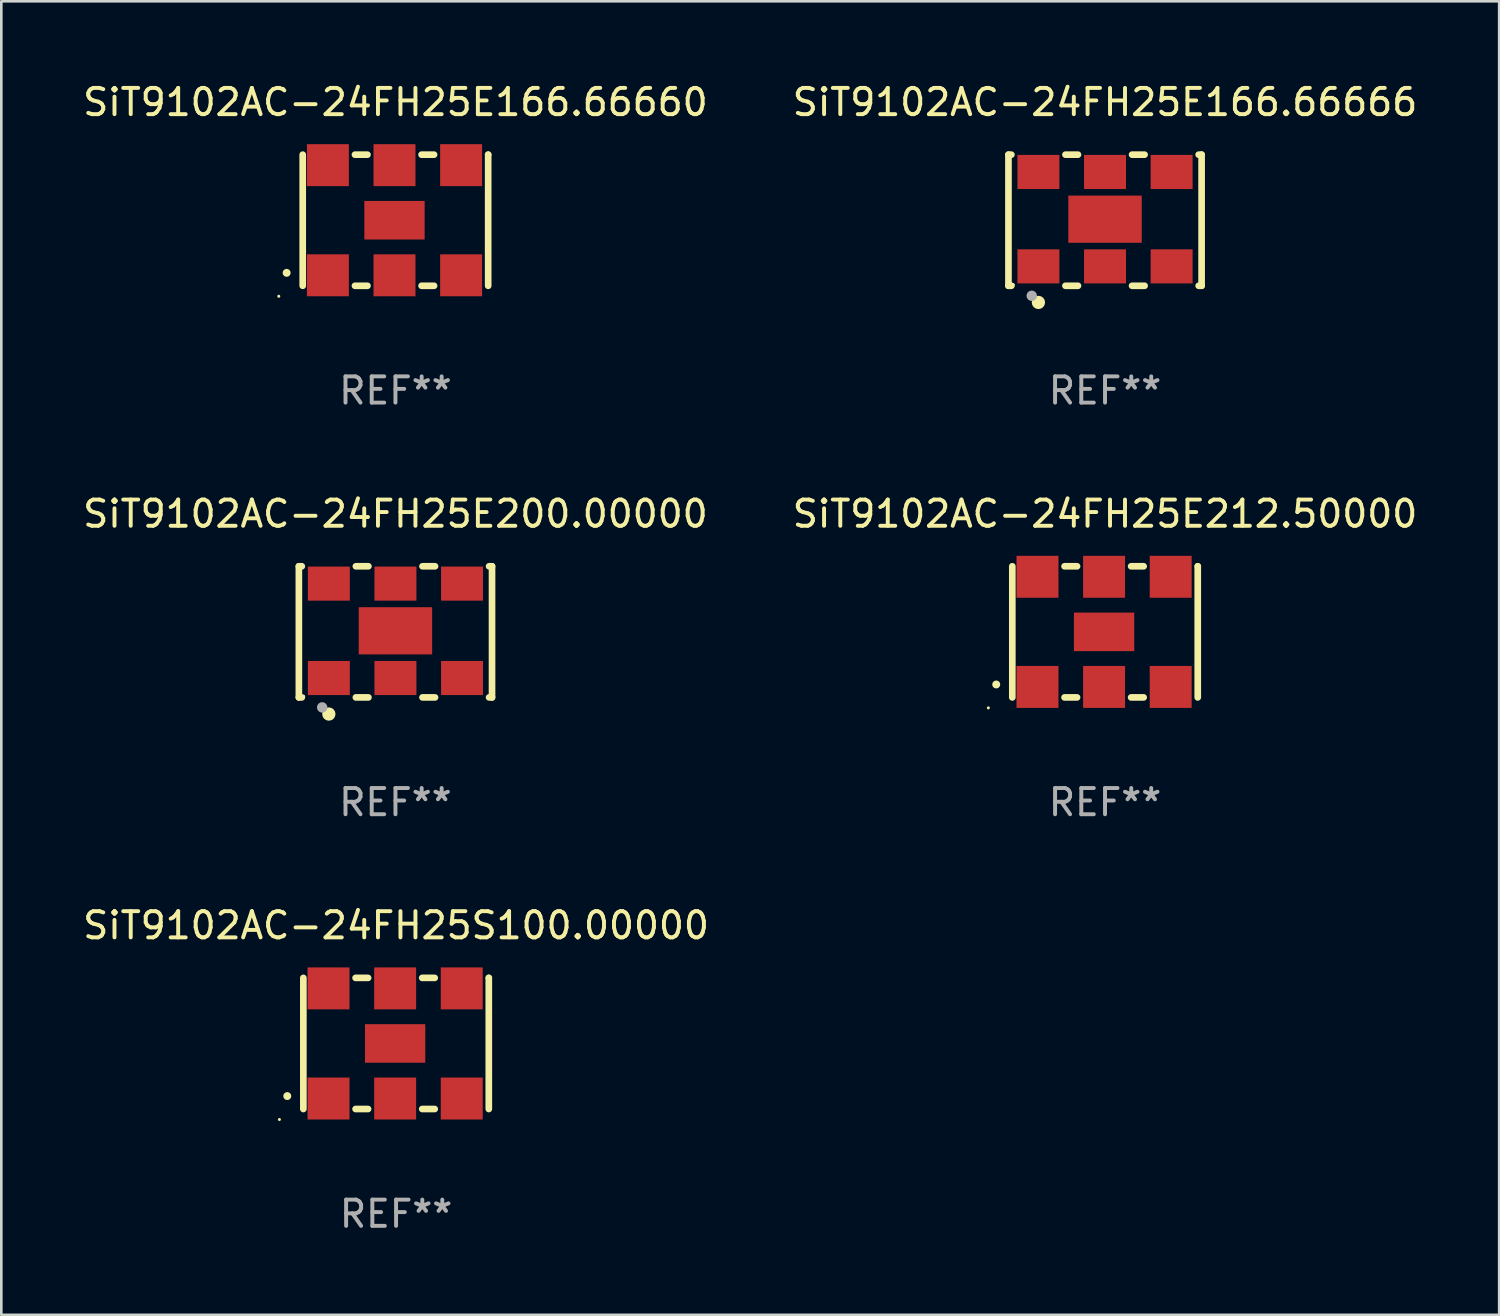
<source format=kicad_pcb>
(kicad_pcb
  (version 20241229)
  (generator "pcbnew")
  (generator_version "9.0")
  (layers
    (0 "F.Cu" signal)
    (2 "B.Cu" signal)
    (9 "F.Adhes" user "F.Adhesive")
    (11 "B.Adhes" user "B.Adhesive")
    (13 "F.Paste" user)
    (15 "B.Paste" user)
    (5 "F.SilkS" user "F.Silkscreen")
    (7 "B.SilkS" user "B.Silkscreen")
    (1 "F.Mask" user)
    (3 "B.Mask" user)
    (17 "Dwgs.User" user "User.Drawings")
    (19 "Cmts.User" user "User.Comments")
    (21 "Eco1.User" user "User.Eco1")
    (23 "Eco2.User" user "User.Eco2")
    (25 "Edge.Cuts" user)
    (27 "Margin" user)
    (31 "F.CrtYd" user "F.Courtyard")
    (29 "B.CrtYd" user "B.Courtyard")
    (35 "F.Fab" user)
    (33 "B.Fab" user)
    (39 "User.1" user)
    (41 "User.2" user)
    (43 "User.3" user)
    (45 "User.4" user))
  (footprint "SiT9102AC-24FH25E166.66660"
    (layer "F.Cu")
    (at 12.03 5.348)
    (property "Reference" "SiT9102AC-24FH25E166.66660" (at 0 -4.5 0) (layer "F.SilkS") (effects (font (size 1 1) (thickness 0.15))))
    (attr through_hole)
    (fp_line (start -3.536 -2.5) (end -3.536 2.5) (stroke (width 0.254) (type solid)) (layer "F.SilkS"))
    (fp_line (start -1.544 2.5) (end -1.067 2.5) (stroke (width 0.254) (type solid)) (layer "F.SilkS"))
    (fp_line (start -1.067 -2.5) (end -1.544 -2.5) (stroke (width 0.254) (type solid)) (layer "F.SilkS"))
    (fp_line (start 0.996 2.5) (end 1.473 2.5) (stroke (width 0.254) (type solid)) (layer "F.SilkS"))
    (fp_line (start 1.473 -2.5) (end 0.996 -2.5) (stroke (width 0.254) (type solid)) (layer "F.SilkS"))
    (fp_line (start 3.536 -2.5) (end 3.536 -2.5) (stroke (width 0.254) (type solid)) (layer "F.SilkS"))
    (fp_line (start 3.536 2.5) (end 3.536 -2.5) (stroke (width 0.254) (type solid)) (layer "F.SilkS"))
    (fp_arc (start -4.150432 2.006604) (mid -4.149162 2.006599) (end -4.147892 2.006604) (stroke (width 0.3) (type solid)) (layer "F.SilkS"))
    (fp_circle (center -4.449 2.9) (end -4.419 2.9) (stroke (width 0.06) (type solid)) (fill no) (layer "F.SilkS"))
    (fp_text user "REF**" (at 0 6.5 0) (layer "F.Fab") (effects (font (size 1 1) (thickness 0.15))))
    (pad "1" smd rect (at -2.576 2.1) (size 1.6 1.6) (layers "F.Cu" "F.Mask" "F.Paste"))
    (pad "2" smd rect (at -0.036 2.1) (size 1.6 1.6) (layers "F.Cu" "F.Mask" "F.Paste"))
    (pad "3" smd rect (at 2.504 2.1) (size 1.6 1.6) (layers "F.Cu" "F.Mask" "F.Paste"))
    (pad "4" smd rect (at 2.504 -2.1) (size 1.6 1.6) (layers "F.Cu" "F.Mask" "F.Paste"))
    (pad "5" smd rect (at -0.036 -2.1) (size 1.6 1.6) (layers "F.Cu" "F.Mask" "F.Paste"))
    (pad "6" smd rect (at -2.576 -2.1) (size 1.6 1.6) (layers "F.Cu" "F.Mask" "F.Paste"))
    (pad "7" smd rect (at -0.036 0) (size 2.3 1.47) (layers "F.Cu" "F.Mask" "F.Paste")))
  (footprint "SiT9102AC-24FH25E200.00000"
    (layer "F.Cu")
    (at 12.03 21.045)
    (property "Reference" "SiT9102AC-24FH25E200.00000" (at 0 -4.5 0) (layer "F.SilkS") (effects (font (size 1 1) (thickness 0.15))))
    (attr through_hole)
    (fp_line (start -3.683 -2.5) (end -3.571 -2.5) (stroke (width 0.254) (type solid)) (layer "F.SilkS"))
    (fp_line (start -3.683 2.5) (end -3.683 -2.5) (stroke (width 0.254) (type solid)) (layer "F.SilkS"))
    (fp_line (start -3.683 2.5) (end -3.571 2.5) (stroke (width 0.254) (type solid)) (layer "F.SilkS"))
    (fp_line (start -1.509 -2.5) (end -1.031 -2.5) (stroke (width 0.254) (type solid)) (layer "F.SilkS"))
    (fp_line (start -1.509 2.5) (end -1.031 2.5) (stroke (width 0.254) (type solid)) (layer "F.SilkS"))
    (fp_line (start 1.031 -2.5) (end 1.509 -2.5) (stroke (width 0.254) (type solid)) (layer "F.SilkS"))
    (fp_line (start 1.031 2.5) (end 1.509 2.5) (stroke (width 0.254) (type solid)) (layer "F.SilkS"))
    (fp_line (start 3.571 -2.5) (end 3.683 -2.5) (stroke (width 0.254) (type solid)) (layer "F.SilkS"))
    (fp_line (start 3.571 2.5) (end 3.683 2.5) (stroke (width 0.254) (type solid)) (layer "F.SilkS"))
    (fp_line (start 3.683 2.5) (end 3.683 -2.5) (stroke (width 0.254) (type solid)) (layer "F.SilkS"))
    (fp_circle (center -3.5 2.46) (end -3.47 2.46) (stroke (width 0.06) (type solid)) (fill no) (layer "F.SilkS"))
    (fp_circle (center -2.54 3.135) (end -2.413 3.135) (stroke (width 0.254) (type solid)) (fill no) (layer "F.SilkS"))
    (fp_circle (center -2.794 2.881) (end -2.694 2.881) (stroke (width 0.2) (type solid)) (fill no) (layer "F.Fab"))
    (fp_text user "REF**" (at 0 6.5 0) (layer "F.Fab") (effects (font (size 1 1) (thickness 0.15))))
    (pad "1" smd rect (at -2.54 1.76) (size 1.6 1.3) (layers "F.Cu" "F.Mask" "F.Paste"))
    (pad "2" smd rect (at 0 1.76) (size 1.6 1.3) (layers "F.Cu" "F.Mask" "F.Paste"))
    (pad "3" smd rect (at 2.54 1.76) (size 1.6 1.3) (layers "F.Cu" "F.Mask" "F.Paste"))
    (pad "4" smd rect (at 2.54 -1.84) (size 1.6 1.3) (layers "F.Cu" "F.Mask" "F.Paste"))
    (pad "5" smd rect (at 0 -1.84) (size 1.6 1.3) (layers "F.Cu" "F.Mask" "F.Paste"))
    (pad "6" smd rect (at -2.54 -1.84) (size 1.6 1.3) (layers "F.Cu" "F.Mask" "F.Paste"))
    (pad "7" smd rect (at 0 -0.04) (size 2.8 1.8) (layers "F.Cu" "F.Mask" "F.Paste")))
  (footprint "SiT9102AC-24FH25E166.66666"
    (layer "F.Cu")
    (at 39.089 5.348)
    (property "Reference" "SiT9102AC-24FH25E166.66666" (at 0 -4.5 0) (layer "F.SilkS") (effects (font (size 1 1) (thickness 0.15))))
    (attr through_hole)
    (fp_line (start -3.683 -2.5) (end -3.571 -2.5) (stroke (width 0.254) (type solid)) (layer "F.SilkS"))
    (fp_line (start -3.683 2.5) (end -3.683 -2.5) (stroke (width 0.254) (type solid)) (layer "F.SilkS"))
    (fp_line (start -3.683 2.5) (end -3.571 2.5) (stroke (width 0.254) (type solid)) (layer "F.SilkS"))
    (fp_line (start -1.509 -2.5) (end -1.031 -2.5) (stroke (width 0.254) (type solid)) (layer "F.SilkS"))
    (fp_line (start -1.509 2.5) (end -1.031 2.5) (stroke (width 0.254) (type solid)) (layer "F.SilkS"))
    (fp_line (start 1.031 -2.5) (end 1.509 -2.5) (stroke (width 0.254) (type solid)) (layer "F.SilkS"))
    (fp_line (start 1.031 2.5) (end 1.509 2.5) (stroke (width 0.254) (type solid)) (layer "F.SilkS"))
    (fp_line (start 3.571 -2.5) (end 3.683 -2.5) (stroke (width 0.254) (type solid)) (layer "F.SilkS"))
    (fp_line (start 3.571 2.5) (end 3.683 2.5) (stroke (width 0.254) (type solid)) (layer "F.SilkS"))
    (fp_line (start 3.683 2.5) (end 3.683 -2.5) (stroke (width 0.254) (type solid)) (layer "F.SilkS"))
    (fp_circle (center -3.5 2.46) (end -3.47 2.46) (stroke (width 0.06) (type solid)) (fill no) (layer "F.SilkS"))
    (fp_circle (center -2.54 3.135) (end -2.413 3.135) (stroke (width 0.254) (type solid)) (fill no) (layer "F.SilkS"))
    (fp_circle (center -2.794 2.881) (end -2.694 2.881) (stroke (width 0.2) (type solid)) (fill no) (layer "F.Fab"))
    (fp_text user "REF**" (at 0 6.5 0) (layer "F.Fab") (effects (font (size 1 1) (thickness 0.15))))
    (pad "1" smd rect (at -2.54 1.76) (size 1.6 1.3) (layers "F.Cu" "F.Mask" "F.Paste"))
    (pad "2" smd rect (at 0 1.76) (size 1.6 1.3) (layers "F.Cu" "F.Mask" "F.Paste"))
    (pad "3" smd rect (at 2.54 1.76) (size 1.6 1.3) (layers "F.Cu" "F.Mask" "F.Paste"))
    (pad "4" smd rect (at 2.54 -1.84) (size 1.6 1.3) (layers "F.Cu" "F.Mask" "F.Paste"))
    (pad "5" smd rect (at 0 -1.84) (size 1.6 1.3) (layers "F.Cu" "F.Mask" "F.Paste"))
    (pad "6" smd rect (at -2.54 -1.84) (size 1.6 1.3) (layers "F.Cu" "F.Mask" "F.Paste"))
    (pad "7" smd rect (at 0 -0.04) (size 2.8 1.8) (layers "F.Cu" "F.Mask" "F.Paste")))
  (footprint "SiT9102AC-24FH25E212.50000"
    (layer "F.Cu")
    (at 39.089 21.045)
    (property "Reference" "SiT9102AC-24FH25E212.50000" (at 0 -4.5 0) (layer "F.SilkS") (effects (font (size 1 1) (thickness 0.15))))
    (attr through_hole)
    (fp_line (start -3.536 -2.5) (end -3.536 2.5) (stroke (width 0.254) (type solid)) (layer "F.SilkS"))
    (fp_line (start -1.544 2.5) (end -1.067 2.5) (stroke (width 0.254) (type solid)) (layer "F.SilkS"))
    (fp_line (start -1.067 -2.5) (end -1.544 -2.5) (stroke (width 0.254) (type solid)) (layer "F.SilkS"))
    (fp_line (start 0.996 2.5) (end 1.473 2.5) (stroke (width 0.254) (type solid)) (layer "F.SilkS"))
    (fp_line (start 1.473 -2.5) (end 0.996 -2.5) (stroke (width 0.254) (type solid)) (layer "F.SilkS"))
    (fp_line (start 3.536 -2.5) (end 3.536 -2.5) (stroke (width 0.254) (type solid)) (layer "F.SilkS"))
    (fp_line (start 3.536 2.5) (end 3.536 -2.5) (stroke (width 0.254) (type solid)) (layer "F.SilkS"))
    (fp_arc (start -4.150432 2.006604) (mid -4.149162 2.006599) (end -4.147892 2.006604) (stroke (width 0.3) (type solid)) (layer "F.SilkS"))
    (fp_circle (center -4.449 2.9) (end -4.419 2.9) (stroke (width 0.06) (type solid)) (fill no) (layer "F.SilkS"))
    (fp_text user "REF**" (at 0 6.5 0) (layer "F.Fab") (effects (font (size 1 1) (thickness 0.15))))
    (pad "1" smd rect (at -2.576 2.1) (size 1.6 1.6) (layers "F.Cu" "F.Mask" "F.Paste"))
    (pad "2" smd rect (at -0.036 2.1) (size 1.6 1.6) (layers "F.Cu" "F.Mask" "F.Paste"))
    (pad "3" smd rect (at 2.504 2.1) (size 1.6 1.6) (layers "F.Cu" "F.Mask" "F.Paste"))
    (pad "4" smd rect (at 2.504 -2.1) (size 1.6 1.6) (layers "F.Cu" "F.Mask" "F.Paste"))
    (pad "5" smd rect (at -0.036 -2.1) (size 1.6 1.6) (layers "F.Cu" "F.Mask" "F.Paste"))
    (pad "6" smd rect (at -2.576 -2.1) (size 1.6 1.6) (layers "F.Cu" "F.Mask" "F.Paste"))
    (pad "7" smd rect (at -0.036 0) (size 2.3 1.47) (layers "F.Cu" "F.Mask" "F.Paste")))
  (footprint "SiT9102AC-24FH25S100.00000"
    (layer "F.Cu")
    (at 12.054 36.741)
    (property "Reference" "SiT9102AC-24FH25S100.00000" (at 0 -4.5 0) (layer "F.SilkS") (effects (font (size 1 1) (thickness 0.15))))
    (attr through_hole)
    (fp_line (start -3.536 -2.5) (end -3.536 2.5) (stroke (width 0.254) (type solid)) (layer "F.SilkS"))
    (fp_line (start -1.544 2.5) (end -1.067 2.5) (stroke (width 0.254) (type solid)) (layer "F.SilkS"))
    (fp_line (start -1.067 -2.5) (end -1.544 -2.5) (stroke (width 0.254) (type solid)) (layer "F.SilkS"))
    (fp_line (start 0.996 2.5) (end 1.473 2.5) (stroke (width 0.254) (type solid)) (layer "F.SilkS"))
    (fp_line (start 1.473 -2.5) (end 0.996 -2.5) (stroke (width 0.254) (type solid)) (layer "F.SilkS"))
    (fp_line (start 3.536 -2.5) (end 3.536 -2.5) (stroke (width 0.254) (type solid)) (layer "F.SilkS"))
    (fp_line (start 3.536 2.5) (end 3.536 -2.5) (stroke (width 0.254) (type solid)) (layer "F.SilkS"))
    (fp_arc (start -4.150432 2.006604) (mid -4.149162 2.006599) (end -4.147892 2.006604) (stroke (width 0.3) (type solid)) (layer "F.SilkS"))
    (fp_circle (center -4.449 2.9) (end -4.419 2.9) (stroke (width 0.06) (type solid)) (fill no) (layer "F.SilkS"))
    (fp_text user "REF**" (at 0 6.5 0) (layer "F.Fab") (effects (font (size 1 1) (thickness 0.15))))
    (pad "1" smd rect (at -2.576 2.1) (size 1.6 1.6) (layers "F.Cu" "F.Mask" "F.Paste"))
    (pad "2" smd rect (at -0.036 2.1) (size 1.6 1.6) (layers "F.Cu" "F.Mask" "F.Paste"))
    (pad "3" smd rect (at 2.504 2.1) (size 1.6 1.6) (layers "F.Cu" "F.Mask" "F.Paste"))
    (pad "4" smd rect (at 2.504 -2.1) (size 1.6 1.6) (layers "F.Cu" "F.Mask" "F.Paste"))
    (pad "5" smd rect (at -0.036 -2.1) (size 1.6 1.6) (layers "F.Cu" "F.Mask" "F.Paste"))
    (pad "6" smd rect (at -2.576 -2.1) (size 1.6 1.6) (layers "F.Cu" "F.Mask" "F.Paste"))
    (pad "7" smd rect (at -0.036 0) (size 2.3 1.47) (layers "F.Cu" "F.Mask" "F.Paste")))
  (gr_rect
    (start -3 -3)
    (end 54.119 47.09)
    (stroke (width 0.1) (type default))
    (fill no)
    (layer "Edge.Cuts")))
</source>
